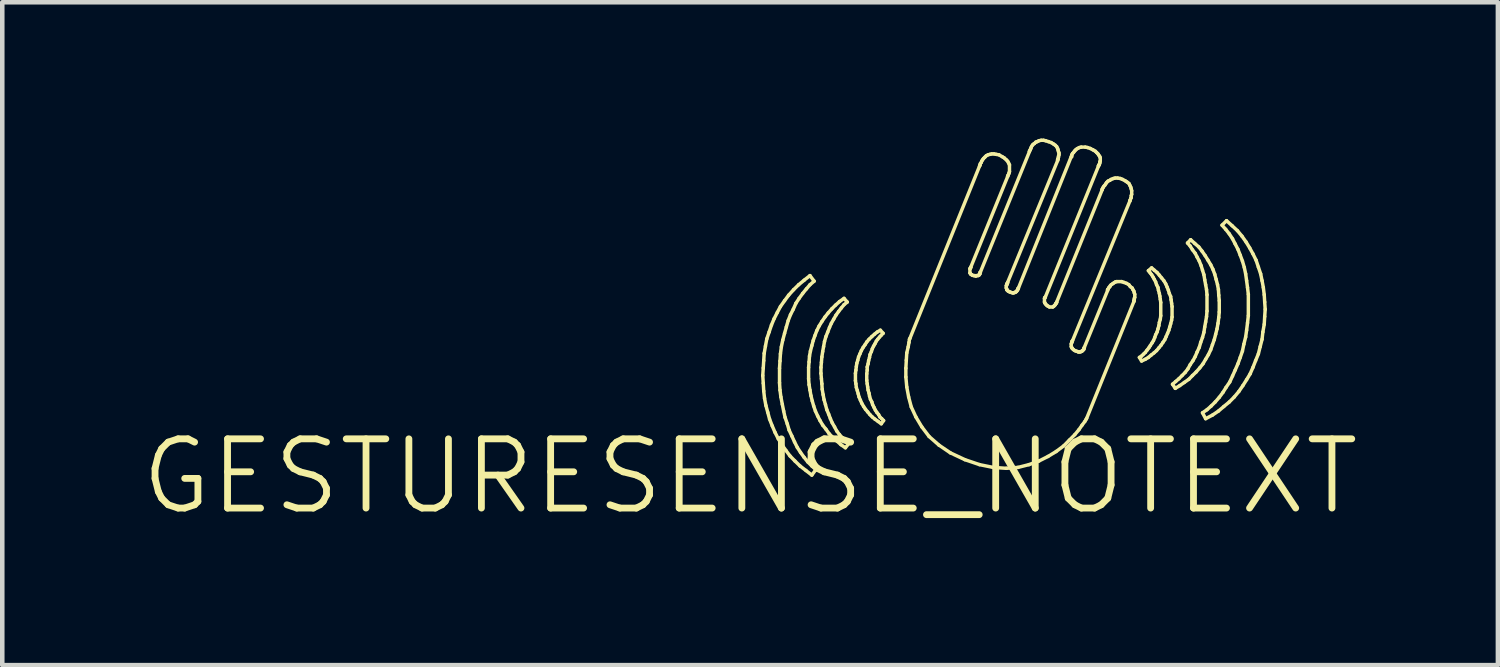
<source format=kicad_pcb>
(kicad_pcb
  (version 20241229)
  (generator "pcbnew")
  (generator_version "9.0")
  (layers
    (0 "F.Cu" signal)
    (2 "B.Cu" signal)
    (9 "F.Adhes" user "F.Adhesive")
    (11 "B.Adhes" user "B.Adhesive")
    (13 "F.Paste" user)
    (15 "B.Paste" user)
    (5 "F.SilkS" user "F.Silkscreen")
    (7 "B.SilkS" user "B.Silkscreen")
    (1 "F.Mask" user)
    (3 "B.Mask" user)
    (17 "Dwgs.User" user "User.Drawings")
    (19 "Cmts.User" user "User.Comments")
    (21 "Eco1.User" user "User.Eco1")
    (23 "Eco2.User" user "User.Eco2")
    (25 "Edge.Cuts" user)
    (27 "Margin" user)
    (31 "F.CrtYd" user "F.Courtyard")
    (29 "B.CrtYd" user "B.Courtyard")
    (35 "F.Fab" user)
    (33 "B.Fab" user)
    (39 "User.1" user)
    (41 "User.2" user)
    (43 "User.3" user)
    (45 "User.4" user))
  (footprint "GESTURESENSE_NOTEXT"
    (layer "F.Cu")
    (at 13.462 7.437)
    (property "Reference" "GESTURESENSE_NOTEXT" (at 0 0 0) (layer "F.SilkS") (effects (font (size 1.524 1.524) (thickness 0.15))))
    (attr exclude_from_pos_files exclude_from_bom)
    (fp_line (start 0.279 -2.22) (end 0.29 -2.05) (stroke (width 0.076) (type solid)) (layer "F.SilkS"))
    (fp_line (start 0.29 -2.388) (end 0.279 -2.22) (stroke (width 0.076) (type solid)) (layer "F.SilkS"))
    (fp_line (start 0.29 -2.05) (end 0.3 -1.88) (stroke (width 0.076) (type solid)) (layer "F.SilkS"))
    (fp_line (start 0.3 -2.548) (end 0.29 -2.388) (stroke (width 0.076) (type solid)) (layer "F.SilkS"))
    (fp_line (start 0.3 -1.88) (end 0.318 -1.72) (stroke (width 0.076) (type solid)) (layer "F.SilkS"))
    (fp_line (start 0.31 -2.708) (end 0.3 -2.548) (stroke (width 0.076) (type solid)) (layer "F.SilkS"))
    (fp_line (start 0.318 -1.72) (end 0.348 -1.56) (stroke (width 0.076) (type solid)) (layer "F.SilkS"))
    (fp_line (start 0.338 -2.868) (end 0.31 -2.708) (stroke (width 0.076) (type solid)) (layer "F.SilkS"))
    (fp_line (start 0.348 -1.56) (end 0.389 -1.41) (stroke (width 0.076) (type solid)) (layer "F.SilkS"))
    (fp_line (start 0.368 -3.028) (end 0.338 -2.868) (stroke (width 0.076) (type solid)) (layer "F.SilkS"))
    (fp_line (start 0.389 -1.41) (end 0.429 -1.26) (stroke (width 0.076) (type solid)) (layer "F.SilkS"))
    (fp_line (start 0.419 -3.178) (end 0.368 -3.028) (stroke (width 0.076) (type solid)) (layer "F.SilkS"))
    (fp_line (start 0.429 -1.26) (end 0.488 -1.11) (stroke (width 0.076) (type solid)) (layer "F.SilkS"))
    (fp_line (start 0.47 -3.33) (end 0.419 -3.178) (stroke (width 0.076) (type solid)) (layer "F.SilkS"))
    (fp_line (start 0.488 -1.11) (end 0.549 -0.968) (stroke (width 0.076) (type solid)) (layer "F.SilkS"))
    (fp_line (start 0.528 -3.47) (end 0.47 -3.33) (stroke (width 0.076) (type solid)) (layer "F.SilkS"))
    (fp_line (start 0.549 -0.968) (end 0.62 -0.828) (stroke (width 0.076) (type solid)) (layer "F.SilkS"))
    (fp_line (start 0.599 -3.609) (end 0.528 -3.47) (stroke (width 0.076) (type solid)) (layer "F.SilkS"))
    (fp_line (start 0.62 -0.828) (end 0.699 -0.699) (stroke (width 0.076) (type solid)) (layer "F.SilkS"))
    (fp_line (start 0.648 -2.38) (end 0.658 -2.54) (stroke (width 0.076) (type solid)) (layer "F.SilkS"))
    (fp_line (start 0.648 -2.06) (end 0.648 -2.38) (stroke (width 0.076) (type solid)) (layer "F.SilkS"))
    (fp_line (start 0.658 -2.54) (end 0.668 -2.697) (stroke (width 0.076) (type solid)) (layer "F.SilkS"))
    (fp_line (start 0.658 -1.9) (end 0.648 -2.06) (stroke (width 0.076) (type solid)) (layer "F.SilkS"))
    (fp_line (start 0.668 -3.739) (end 0.599 -3.609) (stroke (width 0.076) (type solid)) (layer "F.SilkS"))
    (fp_line (start 0.668 -2.697) (end 0.688 -2.85) (stroke (width 0.076) (type solid)) (layer "F.SilkS"))
    (fp_line (start 0.678 -1.748) (end 0.658 -1.9) (stroke (width 0.076) (type solid)) (layer "F.SilkS"))
    (fp_line (start 0.688 -2.85) (end 0.719 -3) (stroke (width 0.076) (type solid)) (layer "F.SilkS"))
    (fp_line (start 0.699 -0.699) (end 0.79 -0.569) (stroke (width 0.076) (type solid)) (layer "F.SilkS"))
    (fp_line (start 0.709 -1.587) (end 0.678 -1.748) (stroke (width 0.076) (type solid)) (layer "F.SilkS"))
    (fp_line (start 0.719 -3) (end 0.759 -3.15) (stroke (width 0.076) (type solid)) (layer "F.SilkS"))
    (fp_line (start 0.739 -1.438) (end 0.709 -1.587) (stroke (width 0.076) (type solid)) (layer "F.SilkS"))
    (fp_line (start 0.759 -3.868) (end 0.668 -3.739) (stroke (width 0.076) (type solid)) (layer "F.SilkS"))
    (fp_line (start 0.759 -3.15) (end 0.798 -3.289) (stroke (width 0.076) (type solid)) (layer "F.SilkS"))
    (fp_line (start 0.77 -1.298) (end 0.739 -1.438) (stroke (width 0.076) (type solid)) (layer "F.SilkS"))
    (fp_line (start 0.79 -0.569) (end 0.879 -0.45) (stroke (width 0.076) (type solid)) (layer "F.SilkS"))
    (fp_line (start 0.798 -3.289) (end 0.838 -3.429) (stroke (width 0.076) (type solid)) (layer "F.SilkS"))
    (fp_line (start 0.818 -1.158) (end 0.77 -1.298) (stroke (width 0.076) (type solid)) (layer "F.SilkS"))
    (fp_line (start 0.838 -3.429) (end 0.889 -3.559) (stroke (width 0.076) (type solid)) (layer "F.SilkS"))
    (fp_line (start 0.848 -3.988) (end 0.759 -3.868) (stroke (width 0.076) (type solid)) (layer "F.SilkS"))
    (fp_line (start 0.859 -1.019) (end 0.818 -1.158) (stroke (width 0.076) (type solid)) (layer "F.SilkS"))
    (fp_line (start 0.879 -0.45) (end 0.988 -0.338) (stroke (width 0.076) (type solid)) (layer "F.SilkS"))
    (fp_line (start 0.889 -3.559) (end 0.95 -3.678) (stroke (width 0.076) (type solid)) (layer "F.SilkS"))
    (fp_line (start 0.919 -0.889) (end 0.859 -1.019) (stroke (width 0.076) (type solid)) (layer "F.SilkS"))
    (fp_line (start 0.95 -3.678) (end 1.008 -3.81) (stroke (width 0.076) (type solid)) (layer "F.SilkS"))
    (fp_line (start 0.958 -4.11) (end 0.848 -3.988) (stroke (width 0.076) (type solid)) (layer "F.SilkS"))
    (fp_line (start 0.978 -0.759) (end 0.919 -0.889) (stroke (width 0.076) (type solid)) (layer "F.SilkS"))
    (fp_line (start 0.988 -0.338) (end 1.1 -0.229) (stroke (width 0.076) (type solid)) (layer "F.SilkS"))
    (fp_line (start 1.008 -3.81) (end 1.079 -3.919) (stroke (width 0.076) (type solid)) (layer "F.SilkS"))
    (fp_line (start 1.039 -0.638) (end 0.978 -0.759) (stroke (width 0.076) (type solid)) (layer "F.SilkS"))
    (fp_line (start 1.069 -4.219) (end 0.958 -4.11) (stroke (width 0.076) (type solid)) (layer "F.SilkS"))
    (fp_line (start 1.079 -3.919) (end 1.158 -4.028) (stroke (width 0.076) (type solid)) (layer "F.SilkS"))
    (fp_line (start 1.1 -0.229) (end 1.229 -0.13) (stroke (width 0.076) (type solid)) (layer "F.SilkS"))
    (fp_line (start 1.11 -0.528) (end 1.039 -0.638) (stroke (width 0.076) (type solid)) (layer "F.SilkS"))
    (fp_line (start 1.158 -4.028) (end 1.24 -4.128) (stroke (width 0.076) (type solid)) (layer "F.SilkS"))
    (fp_line (start 1.189 -4.318) (end 1.069 -4.219) (stroke (width 0.076) (type solid)) (layer "F.SilkS"))
    (fp_line (start 1.189 -0.419) (end 1.11 -0.528) (stroke (width 0.076) (type solid)) (layer "F.SilkS"))
    (fp_line (start 1.229 -0.13) (end 1.359 -0.028) (stroke (width 0.076) (type solid)) (layer "F.SilkS"))
    (fp_line (start 1.24 -4.128) (end 1.318 -4.219) (stroke (width 0.076) (type solid)) (layer "F.SilkS"))
    (fp_line (start 1.27 -0.318) (end 1.189 -0.419) (stroke (width 0.076) (type solid)) (layer "F.SilkS"))
    (fp_line (start 1.288 -2.398) (end 1.288 -2.149) (stroke (width 0.076) (type solid)) (layer "F.SilkS"))
    (fp_line (start 1.288 -2.149) (end 1.298 -2.019) (stroke (width 0.076) (type solid)) (layer "F.SilkS"))
    (fp_line (start 1.298 -2.52) (end 1.288 -2.398) (stroke (width 0.076) (type solid)) (layer "F.SilkS"))
    (fp_line (start 1.298 -2.019) (end 1.318 -1.9) (stroke (width 0.076) (type solid)) (layer "F.SilkS"))
    (fp_line (start 1.308 -2.649) (end 1.298 -2.52) (stroke (width 0.076) (type solid)) (layer "F.SilkS"))
    (fp_line (start 1.318 -4.42) (end 1.189 -4.318) (stroke (width 0.076) (type solid)) (layer "F.SilkS"))
    (fp_line (start 1.318 -4.219) (end 1.41 -4.298) (stroke (width 0.076) (type solid)) (layer "F.SilkS"))
    (fp_line (start 1.318 -1.9) (end 1.339 -1.778) (stroke (width 0.076) (type solid)) (layer "F.SilkS"))
    (fp_line (start 1.328 -2.758) (end 1.308 -2.649) (stroke (width 0.076) (type solid)) (layer "F.SilkS"))
    (fp_line (start 1.339 -1.778) (end 1.369 -1.659) (stroke (width 0.076) (type solid)) (layer "F.SilkS"))
    (fp_line (start 1.359 -2.878) (end 1.328 -2.758) (stroke (width 0.076) (type solid)) (layer "F.SilkS"))
    (fp_line (start 1.359 -0.229) (end 1.27 -0.318) (stroke (width 0.076) (type solid)) (layer "F.SilkS"))
    (fp_line (start 1.359 -0.028) (end 1.448 -0.15) (stroke (width 0.076) (type solid)) (layer "F.SilkS"))
    (fp_line (start 1.369 -1.659) (end 1.4 -1.549) (stroke (width 0.076) (type solid)) (layer "F.SilkS"))
    (fp_line (start 1.389 -2.99) (end 1.359 -2.878) (stroke (width 0.076) (type solid)) (layer "F.SilkS"))
    (fp_line (start 1.4 -1.549) (end 1.438 -1.438) (stroke (width 0.076) (type solid)) (layer "F.SilkS"))
    (fp_line (start 1.41 -4.298) (end 1.318 -4.42) (stroke (width 0.076) (type solid)) (layer "F.SilkS"))
    (fp_line (start 1.427 -3.099) (end 1.389 -2.99) (stroke (width 0.076) (type solid)) (layer "F.SilkS"))
    (fp_line (start 1.438 -1.438) (end 1.488 -1.328) (stroke (width 0.076) (type solid)) (layer "F.SilkS"))
    (fp_line (start 1.448 -0.15) (end 1.359 -0.229) (stroke (width 0.076) (type solid)) (layer "F.SilkS"))
    (fp_line (start 1.468 -3.208) (end 1.427 -3.099) (stroke (width 0.076) (type solid)) (layer "F.SilkS"))
    (fp_line (start 1.488 -1.328) (end 1.539 -1.229) (stroke (width 0.076) (type solid)) (layer "F.SilkS"))
    (fp_line (start 1.519 -3.31) (end 1.468 -3.208) (stroke (width 0.076) (type solid)) (layer "F.SilkS"))
    (fp_line (start 1.539 -1.229) (end 1.598 -1.128) (stroke (width 0.076) (type solid)) (layer "F.SilkS"))
    (fp_line (start 1.56 -2.398) (end 1.57 -2.51) (stroke (width 0.076) (type solid)) (layer "F.SilkS"))
    (fp_line (start 1.56 -2.268) (end 1.56 -2.398) (stroke (width 0.076) (type solid)) (layer "F.SilkS"))
    (fp_line (start 1.57 -2.51) (end 1.58 -2.629) (stroke (width 0.076) (type solid)) (layer "F.SilkS"))
    (fp_line (start 1.57 -2.149) (end 1.56 -2.268) (stroke (width 0.076) (type solid)) (layer "F.SilkS"))
    (fp_line (start 1.58 -3.409) (end 1.519 -3.31) (stroke (width 0.076) (type solid)) (layer "F.SilkS"))
    (fp_line (start 1.58 -2.629) (end 1.598 -2.748) (stroke (width 0.076) (type solid)) (layer "F.SilkS"))
    (fp_line (start 1.58 -2.04) (end 1.57 -2.149) (stroke (width 0.076) (type solid)) (layer "F.SilkS"))
    (fp_line (start 1.587 -1.918) (end 1.58 -2.04) (stroke (width 0.076) (type solid)) (layer "F.SilkS"))
    (fp_line (start 1.598 -2.748) (end 1.618 -2.857) (stroke (width 0.076) (type solid)) (layer "F.SilkS"))
    (fp_line (start 1.598 -1.128) (end 1.669 -1.039) (stroke (width 0.076) (type solid)) (layer "F.SilkS"))
    (fp_line (start 1.608 -1.798) (end 1.587 -1.918) (stroke (width 0.076) (type solid)) (layer "F.SilkS"))
    (fp_line (start 1.618 -2.857) (end 1.638 -2.969) (stroke (width 0.076) (type solid)) (layer "F.SilkS"))
    (fp_line (start 1.628 -1.689) (end 1.608 -1.798) (stroke (width 0.076) (type solid)) (layer "F.SilkS"))
    (fp_line (start 1.638 -2.969) (end 1.669 -3.078) (stroke (width 0.076) (type solid)) (layer "F.SilkS"))
    (fp_line (start 1.648 -3.508) (end 1.58 -3.409) (stroke (width 0.076) (type solid)) (layer "F.SilkS"))
    (fp_line (start 1.659 -1.58) (end 1.628 -1.689) (stroke (width 0.076) (type solid)) (layer "F.SilkS"))
    (fp_line (start 1.669 -3.078) (end 1.709 -3.178) (stroke (width 0.076) (type solid)) (layer "F.SilkS"))
    (fp_line (start 1.669 -1.039) (end 1.74 -0.94) (stroke (width 0.076) (type solid)) (layer "F.SilkS"))
    (fp_line (start 1.689 -1.468) (end 1.659 -1.58) (stroke (width 0.076) (type solid)) (layer "F.SilkS"))
    (fp_line (start 1.709 -3.178) (end 1.748 -3.279) (stroke (width 0.076) (type solid)) (layer "F.SilkS"))
    (fp_line (start 1.72 -3.599) (end 1.648 -3.508) (stroke (width 0.076) (type solid)) (layer "F.SilkS"))
    (fp_line (start 1.73 -1.369) (end 1.689 -1.468) (stroke (width 0.076) (type solid)) (layer "F.SilkS"))
    (fp_line (start 1.74 -0.94) (end 1.819 -0.859) (stroke (width 0.076) (type solid)) (layer "F.SilkS"))
    (fp_line (start 1.748 -3.279) (end 1.788 -3.368) (stroke (width 0.076) (type solid)) (layer "F.SilkS"))
    (fp_line (start 1.768 -1.27) (end 1.73 -1.369) (stroke (width 0.076) (type solid)) (layer "F.SilkS"))
    (fp_line (start 1.788 -3.368) (end 1.839 -3.459) (stroke (width 0.076) (type solid)) (layer "F.SilkS"))
    (fp_line (start 1.798 -3.688) (end 1.72 -3.599) (stroke (width 0.076) (type solid)) (layer "F.SilkS"))
    (fp_line (start 1.808 -1.179) (end 1.768 -1.27) (stroke (width 0.076) (type solid)) (layer "F.SilkS"))
    (fp_line (start 1.819 -0.859) (end 1.908 -0.78) (stroke (width 0.076) (type solid)) (layer "F.SilkS"))
    (fp_line (start 1.839 -3.459) (end 1.89 -3.548) (stroke (width 0.076) (type solid)) (layer "F.SilkS"))
    (fp_line (start 1.859 -1.09) (end 1.808 -1.179) (stroke (width 0.076) (type solid)) (layer "F.SilkS"))
    (fp_line (start 1.88 -3.769) (end 1.798 -3.688) (stroke (width 0.076) (type solid)) (layer "F.SilkS"))
    (fp_line (start 1.89 -3.548) (end 1.948 -3.63) (stroke (width 0.076) (type solid)) (layer "F.SilkS"))
    (fp_line (start 1.908 -0.998) (end 1.859 -1.09) (stroke (width 0.076) (type solid)) (layer "F.SilkS"))
    (fp_line (start 1.908 -0.78) (end 1.999 -0.699) (stroke (width 0.076) (type solid)) (layer "F.SilkS"))
    (fp_line (start 1.948 -3.63) (end 2.009 -3.708) (stroke (width 0.076) (type solid)) (layer "F.SilkS"))
    (fp_line (start 1.968 -3.848) (end 1.88 -3.769) (stroke (width 0.076) (type solid)) (layer "F.SilkS"))
    (fp_line (start 1.968 -0.919) (end 1.908 -0.998) (stroke (width 0.076) (type solid)) (layer "F.SilkS"))
    (fp_line (start 1.999 -0.699) (end 2.098 -0.63) (stroke (width 0.076) (type solid)) (layer "F.SilkS"))
    (fp_line (start 2.009 -3.708) (end 2.068 -3.78) (stroke (width 0.076) (type solid)) (layer "F.SilkS"))
    (fp_line (start 2.029 -0.848) (end 1.968 -0.919) (stroke (width 0.076) (type solid)) (layer "F.SilkS"))
    (fp_line (start 2.068 -3.919) (end 1.968 -3.848) (stroke (width 0.076) (type solid)) (layer "F.SilkS"))
    (fp_line (start 2.068 -3.78) (end 2.139 -3.838) (stroke (width 0.076) (type solid)) (layer "F.SilkS"))
    (fp_line (start 2.098 -0.78) (end 2.029 -0.848) (stroke (width 0.076) (type solid)) (layer "F.SilkS"))
    (fp_line (start 2.098 -0.63) (end 2.169 -0.719) (stroke (width 0.076) (type solid)) (layer "F.SilkS"))
    (fp_line (start 2.139 -3.838) (end 2.068 -3.919) (stroke (width 0.076) (type solid)) (layer "F.SilkS"))
    (fp_line (start 2.169 -0.719) (end 2.098 -0.78) (stroke (width 0.076) (type solid)) (layer "F.SilkS"))
    (fp_line (start 2.319 -2.268) (end 2.319 -2.108) (stroke (width 0.076) (type solid)) (layer "F.SilkS"))
    (fp_line (start 2.319 -2.108) (end 2.329 -2.04) (stroke (width 0.076) (type solid)) (layer "F.SilkS"))
    (fp_line (start 2.329 -2.339) (end 2.319 -2.268) (stroke (width 0.076) (type solid)) (layer "F.SilkS"))
    (fp_line (start 2.329 -2.04) (end 2.339 -1.958) (stroke (width 0.076) (type solid)) (layer "F.SilkS"))
    (fp_line (start 2.339 -2.418) (end 2.329 -2.339) (stroke (width 0.076) (type solid)) (layer "F.SilkS"))
    (fp_line (start 2.339 -1.958) (end 2.36 -1.89) (stroke (width 0.076) (type solid)) (layer "F.SilkS"))
    (fp_line (start 2.349 -2.489) (end 2.339 -2.418) (stroke (width 0.076) (type solid)) (layer "F.SilkS"))
    (fp_line (start 2.36 -1.89) (end 2.38 -1.819) (stroke (width 0.076) (type solid)) (layer "F.SilkS"))
    (fp_line (start 2.37 -2.558) (end 2.349 -2.489) (stroke (width 0.076) (type solid)) (layer "F.SilkS"))
    (fp_line (start 2.38 -1.819) (end 2.398 -1.748) (stroke (width 0.076) (type solid)) (layer "F.SilkS"))
    (fp_line (start 2.388 -2.629) (end 2.37 -2.558) (stroke (width 0.076) (type solid)) (layer "F.SilkS"))
    (fp_line (start 2.398 -1.748) (end 2.428 -1.679) (stroke (width 0.076) (type solid)) (layer "F.SilkS"))
    (fp_line (start 2.418 -2.697) (end 2.388 -2.629) (stroke (width 0.076) (type solid)) (layer "F.SilkS"))
    (fp_line (start 2.428 -1.679) (end 2.459 -1.608) (stroke (width 0.076) (type solid)) (layer "F.SilkS"))
    (fp_line (start 2.449 -2.769) (end 2.418 -2.697) (stroke (width 0.076) (type solid)) (layer "F.SilkS"))
    (fp_line (start 2.459 -1.608) (end 2.499 -1.539) (stroke (width 0.076) (type solid)) (layer "F.SilkS"))
    (fp_line (start 2.489 -2.84) (end 2.449 -2.769) (stroke (width 0.076) (type solid)) (layer "F.SilkS"))
    (fp_line (start 2.499 -1.539) (end 2.54 -1.478) (stroke (width 0.076) (type solid)) (layer "F.SilkS"))
    (fp_line (start 2.53 -2.898) (end 2.489 -2.84) (stroke (width 0.076) (type solid)) (layer "F.SilkS"))
    (fp_line (start 2.54 -1.478) (end 2.588 -1.42) (stroke (width 0.076) (type solid)) (layer "F.SilkS"))
    (fp_line (start 2.568 -2.959) (end 2.53 -2.898) (stroke (width 0.076) (type solid)) (layer "F.SilkS"))
    (fp_line (start 2.568 -2.258) (end 2.578 -2.339) (stroke (width 0.076) (type solid)) (layer "F.SilkS"))
    (fp_line (start 2.568 -2.118) (end 2.568 -2.258) (stroke (width 0.076) (type solid)) (layer "F.SilkS"))
    (fp_line (start 2.578 -2.408) (end 2.598 -2.479) (stroke (width 0.076) (type solid)) (layer "F.SilkS"))
    (fp_line (start 2.578 -2.339) (end 2.578 -2.408) (stroke (width 0.076) (type solid)) (layer "F.SilkS"))
    (fp_line (start 2.578 -2.04) (end 2.568 -2.118) (stroke (width 0.076) (type solid)) (layer "F.SilkS"))
    (fp_line (start 2.588 -1.968) (end 2.578 -2.04) (stroke (width 0.076) (type solid)) (layer "F.SilkS"))
    (fp_line (start 2.588 -1.42) (end 2.639 -1.359) (stroke (width 0.076) (type solid)) (layer "F.SilkS"))
    (fp_line (start 2.598 -2.479) (end 2.609 -2.548) (stroke (width 0.076) (type solid)) (layer "F.SilkS"))
    (fp_line (start 2.598 -1.9) (end 2.588 -1.968) (stroke (width 0.076) (type solid)) (layer "F.SilkS"))
    (fp_line (start 2.609 -2.548) (end 2.629 -2.619) (stroke (width 0.076) (type solid)) (layer "F.SilkS"))
    (fp_line (start 2.619 -3.018) (end 2.568 -2.959) (stroke (width 0.076) (type solid)) (layer "F.SilkS"))
    (fp_line (start 2.619 -1.829) (end 2.598 -1.9) (stroke (width 0.076) (type solid)) (layer "F.SilkS"))
    (fp_line (start 2.629 -2.619) (end 2.639 -2.68) (stroke (width 0.076) (type solid)) (layer "F.SilkS"))
    (fp_line (start 2.629 -1.768) (end 2.619 -1.829) (stroke (width 0.076) (type solid)) (layer "F.SilkS"))
    (fp_line (start 2.639 -2.68) (end 2.67 -2.748) (stroke (width 0.076) (type solid)) (layer "F.SilkS"))
    (fp_line (start 2.639 -1.359) (end 2.69 -1.308) (stroke (width 0.076) (type solid)) (layer "F.SilkS"))
    (fp_line (start 2.649 -1.699) (end 2.629 -1.768) (stroke (width 0.076) (type solid)) (layer "F.SilkS"))
    (fp_line (start 2.67 -2.748) (end 2.69 -2.809) (stroke (width 0.076) (type solid)) (layer "F.SilkS"))
    (fp_line (start 2.68 -3.078) (end 2.619 -3.018) (stroke (width 0.076) (type solid)) (layer "F.SilkS"))
    (fp_line (start 2.68 -1.638) (end 2.649 -1.699) (stroke (width 0.076) (type solid)) (layer "F.SilkS"))
    (fp_line (start 2.69 -2.809) (end 2.718 -2.868) (stroke (width 0.076) (type solid)) (layer "F.SilkS"))
    (fp_line (start 2.69 -1.308) (end 2.748 -1.26) (stroke (width 0.076) (type solid)) (layer "F.SilkS"))
    (fp_line (start 2.697 -1.58) (end 2.68 -1.638) (stroke (width 0.076) (type solid)) (layer "F.SilkS"))
    (fp_line (start 2.718 -2.868) (end 2.748 -2.918) (stroke (width 0.076) (type solid)) (layer "F.SilkS"))
    (fp_line (start 2.728 -1.519) (end 2.697 -1.58) (stroke (width 0.076) (type solid)) (layer "F.SilkS"))
    (fp_line (start 2.738 -3.129) (end 2.68 -3.078) (stroke (width 0.076) (type solid)) (layer "F.SilkS"))
    (fp_line (start 2.748 -2.918) (end 2.779 -2.979) (stroke (width 0.076) (type solid)) (layer "F.SilkS"))
    (fp_line (start 2.748 -1.26) (end 2.819 -1.209) (stroke (width 0.076) (type solid)) (layer "F.SilkS"))
    (fp_line (start 2.758 -1.458) (end 2.728 -1.519) (stroke (width 0.076) (type solid)) (layer "F.SilkS"))
    (fp_line (start 2.779 -2.979) (end 2.809 -3.018) (stroke (width 0.076) (type solid)) (layer "F.SilkS"))
    (fp_line (start 2.789 -1.41) (end 2.758 -1.458) (stroke (width 0.076) (type solid)) (layer "F.SilkS"))
    (fp_line (start 2.799 -3.178) (end 2.738 -3.129) (stroke (width 0.076) (type solid)) (layer "F.SilkS"))
    (fp_line (start 2.809 -3.018) (end 2.85 -3.068) (stroke (width 0.076) (type solid)) (layer "F.SilkS"))
    (fp_line (start 2.819 -1.209) (end 2.888 -1.158) (stroke (width 0.076) (type solid)) (layer "F.SilkS"))
    (fp_line (start 2.83 -1.359) (end 2.789 -1.41) (stroke (width 0.076) (type solid)) (layer "F.SilkS"))
    (fp_line (start 2.85 -3.068) (end 2.888 -3.109) (stroke (width 0.076) (type solid)) (layer "F.SilkS"))
    (fp_line (start 2.857 -1.308) (end 2.83 -1.359) (stroke (width 0.076) (type solid)) (layer "F.SilkS"))
    (fp_line (start 2.868 -3.218) (end 2.799 -3.178) (stroke (width 0.076) (type solid)) (layer "F.SilkS"))
    (fp_line (start 2.888 -3.109) (end 2.929 -3.15) (stroke (width 0.076) (type solid)) (layer "F.SilkS"))
    (fp_line (start 2.888 -1.158) (end 2.939 -1.229) (stroke (width 0.076) (type solid)) (layer "F.SilkS"))
    (fp_line (start 2.898 -1.27) (end 2.857 -1.308) (stroke (width 0.076) (type solid)) (layer "F.SilkS"))
    (fp_line (start 2.929 -3.15) (end 2.868 -3.218) (stroke (width 0.076) (type solid)) (layer "F.SilkS"))
    (fp_line (start 2.939 -1.229) (end 2.898 -1.27) (stroke (width 0.076) (type solid)) (layer "F.SilkS"))
    (fp_line (start 3.429 -2.38) (end 3.439 -2.558) (stroke (width 0.076) (type solid)) (layer "F.SilkS"))
    (fp_line (start 3.429 -2.189) (end 3.429 -2.38) (stroke (width 0.076) (type solid)) (layer "F.SilkS"))
    (fp_line (start 3.439 -2.558) (end 3.449 -2.718) (stroke (width 0.076) (type solid)) (layer "F.SilkS"))
    (fp_line (start 3.449 -2.718) (end 3.48 -2.85) (stroke (width 0.076) (type solid)) (layer "F.SilkS"))
    (fp_line (start 3.449 -1.968) (end 3.429 -2.189) (stroke (width 0.076) (type solid)) (layer "F.SilkS"))
    (fp_line (start 3.48 -2.85) (end 3.498 -2.949) (stroke (width 0.076) (type solid)) (layer "F.SilkS"))
    (fp_line (start 3.49 -1.748) (end 3.449 -1.968) (stroke (width 0.076) (type solid)) (layer "F.SilkS"))
    (fp_line (start 3.498 -2.949) (end 3.508 -3.018) (stroke (width 0.076) (type solid)) (layer "F.SilkS"))
    (fp_line (start 3.508 -3.018) (end 3.518 -3.038) (stroke (width 0.076) (type solid)) (layer "F.SilkS"))
    (fp_line (start 3.518 -3.038) (end 5.05 -6.828) (stroke (width 0.076) (type solid)) (layer "F.SilkS"))
    (fp_line (start 3.548 -1.529) (end 3.49 -1.748) (stroke (width 0.076) (type solid)) (layer "F.SilkS"))
    (fp_line (start 3.65 -1.308) (end 3.548 -1.529) (stroke (width 0.076) (type solid)) (layer "F.SilkS"))
    (fp_line (start 3.78 -1.09) (end 3.65 -1.308) (stroke (width 0.076) (type solid)) (layer "F.SilkS"))
    (fp_line (start 3.94 -0.879) (end 3.78 -1.09) (stroke (width 0.076) (type solid)) (layer "F.SilkS"))
    (fp_line (start 4.158 -0.688) (end 3.94 -0.879) (stroke (width 0.076) (type solid)) (layer "F.SilkS"))
    (fp_line (start 4.409 -0.518) (end 4.158 -0.688) (stroke (width 0.076) (type solid)) (layer "F.SilkS"))
    (fp_line (start 4.729 -0.368) (end 4.409 -0.518) (stroke (width 0.076) (type solid)) (layer "F.SilkS"))
    (fp_line (start 4.839 -4.569) (end 4.839 -4.478) (stroke (width 0.076) (type solid)) (layer "F.SilkS"))
    (fp_line (start 4.839 -4.478) (end 4.849 -4.468) (stroke (width 0.076) (type solid)) (layer "F.SilkS"))
    (fp_line (start 4.849 -4.59) (end 4.849 -4.58) (stroke (width 0.076) (type solid)) (layer "F.SilkS"))
    (fp_line (start 4.849 -4.58) (end 4.839 -4.569) (stroke (width 0.076) (type solid)) (layer "F.SilkS"))
    (fp_line (start 4.849 -4.468) (end 4.859 -4.448) (stroke (width 0.076) (type solid)) (layer "F.SilkS"))
    (fp_line (start 4.859 -4.608) (end 4.859 -4.6) (stroke (width 0.076) (type solid)) (layer "F.SilkS"))
    (fp_line (start 4.859 -4.6) (end 4.849 -4.59) (stroke (width 0.076) (type solid)) (layer "F.SilkS"))
    (fp_line (start 4.859 -4.448) (end 4.879 -4.44) (stroke (width 0.076) (type solid)) (layer "F.SilkS"))
    (fp_line (start 4.879 -4.44) (end 4.889 -4.43) (stroke (width 0.076) (type solid)) (layer "F.SilkS"))
    (fp_line (start 4.889 -4.43) (end 4.92 -4.42) (stroke (width 0.076) (type solid)) (layer "F.SilkS"))
    (fp_line (start 4.92 -4.42) (end 4.948 -4.42) (stroke (width 0.076) (type solid)) (layer "F.SilkS"))
    (fp_line (start 4.948 -4.42) (end 4.968 -4.409) (stroke (width 0.076) (type solid)) (layer "F.SilkS"))
    (fp_line (start 4.968 -4.409) (end 4.989 -4.42) (stroke (width 0.076) (type solid)) (layer "F.SilkS"))
    (fp_line (start 4.989 -4.42) (end 5.019 -4.42) (stroke (width 0.076) (type solid)) (layer "F.SilkS"))
    (fp_line (start 5.019 -4.42) (end 5.039 -4.43) (stroke (width 0.076) (type solid)) (layer "F.SilkS"))
    (fp_line (start 5.039 -4.44) (end 5.05 -4.448) (stroke (width 0.076) (type solid)) (layer "F.SilkS"))
    (fp_line (start 5.039 -4.43) (end 5.039 -4.44) (stroke (width 0.076) (type solid)) (layer "F.SilkS"))
    (fp_line (start 5.05 -6.828) (end 5.06 -6.848) (stroke (width 0.076) (type solid)) (layer "F.SilkS"))
    (fp_line (start 5.05 -4.448) (end 5.06 -4.458) (stroke (width 0.076) (type solid)) (layer "F.SilkS"))
    (fp_line (start 5.05 -0.259) (end 4.729 -0.368) (stroke (width 0.076) (type solid)) (layer "F.SilkS"))
    (fp_line (start 5.06 -6.858) (end 5.07 -6.888) (stroke (width 0.076) (type solid)) (layer "F.SilkS"))
    (fp_line (start 5.06 -6.848) (end 5.06 -6.858) (stroke (width 0.076) (type solid)) (layer "F.SilkS"))
    (fp_line (start 5.06 -4.488) (end 5.07 -4.498) (stroke (width 0.076) (type solid)) (layer "F.SilkS"))
    (fp_line (start 5.06 -4.458) (end 5.06 -4.488) (stroke (width 0.076) (type solid)) (layer "F.SilkS"))
    (fp_line (start 5.07 -6.888) (end 5.088 -6.909) (stroke (width 0.076) (type solid)) (layer "F.SilkS"))
    (fp_line (start 5.07 -4.498) (end 6.149 -7.148) (stroke (width 0.076) (type solid)) (layer "F.SilkS"))
    (fp_line (start 5.088 -6.909) (end 5.098 -6.939) (stroke (width 0.076) (type solid)) (layer "F.SilkS"))
    (fp_line (start 5.098 -6.939) (end 5.118 -6.97) (stroke (width 0.076) (type solid)) (layer "F.SilkS"))
    (fp_line (start 5.118 -6.97) (end 5.138 -6.998) (stroke (width 0.076) (type solid)) (layer "F.SilkS"))
    (fp_line (start 5.138 -6.998) (end 5.169 -7.028) (stroke (width 0.076) (type solid)) (layer "F.SilkS"))
    (fp_line (start 5.169 -7.028) (end 5.199 -7.059) (stroke (width 0.076) (type solid)) (layer "F.SilkS"))
    (fp_line (start 5.199 -7.059) (end 5.237 -7.079) (stroke (width 0.076) (type solid)) (layer "F.SilkS"))
    (fp_line (start 5.237 -7.079) (end 5.278 -7.089) (stroke (width 0.076) (type solid)) (layer "F.SilkS"))
    (fp_line (start 5.278 -7.089) (end 5.319 -7.099) (stroke (width 0.076) (type solid)) (layer "F.SilkS"))
    (fp_line (start 5.319 -7.099) (end 5.37 -7.099) (stroke (width 0.076) (type solid)) (layer "F.SilkS"))
    (fp_line (start 5.349 -0.198) (end 5.05 -0.259) (stroke (width 0.076) (type solid)) (layer "F.SilkS"))
    (fp_line (start 5.37 -7.099) (end 5.418 -7.089) (stroke (width 0.076) (type solid)) (layer "F.SilkS"))
    (fp_line (start 5.418 -7.089) (end 5.479 -7.079) (stroke (width 0.076) (type solid)) (layer "F.SilkS"))
    (fp_line (start 5.479 -7.079) (end 5.55 -7.038) (stroke (width 0.076) (type solid)) (layer "F.SilkS"))
    (fp_line (start 5.55 -7.038) (end 5.598 -7.008) (stroke (width 0.076) (type solid)) (layer "F.SilkS"))
    (fp_line (start 5.598 -7.008) (end 5.639 -6.97) (stroke (width 0.076) (type solid)) (layer "F.SilkS"))
    (fp_line (start 5.639 -6.97) (end 5.669 -6.939) (stroke (width 0.076) (type solid)) (layer "F.SilkS"))
    (fp_line (start 5.639 -4.199) (end 5.639 -4.148) (stroke (width 0.076) (type solid)) (layer "F.SilkS"))
    (fp_line (start 5.639 -4.148) (end 5.649 -4.128) (stroke (width 0.076) (type solid)) (layer "F.SilkS"))
    (fp_line (start 5.639 -0.178) (end 5.349 -0.198) (stroke (width 0.076) (type solid)) (layer "F.SilkS"))
    (fp_line (start 5.649 -4.229) (end 5.649 -4.209) (stroke (width 0.076) (type solid)) (layer "F.SilkS"))
    (fp_line (start 5.649 -4.209) (end 5.639 -4.199) (stroke (width 0.076) (type solid)) (layer "F.SilkS"))
    (fp_line (start 5.649 -4.128) (end 5.649 -4.11) (stroke (width 0.076) (type solid)) (layer "F.SilkS"))
    (fp_line (start 5.649 -4.11) (end 5.659 -4.1) (stroke (width 0.076) (type solid)) (layer "F.SilkS"))
    (fp_line (start 5.659 -4.249) (end 5.659 -4.239) (stroke (width 0.076) (type solid)) (layer "F.SilkS"))
    (fp_line (start 5.659 -4.239) (end 5.649 -4.229) (stroke (width 0.076) (type solid)) (layer "F.SilkS"))
    (fp_line (start 5.659 -4.1) (end 5.679 -4.079) (stroke (width 0.076) (type solid)) (layer "F.SilkS"))
    (fp_line (start 5.669 -6.939) (end 5.69 -6.899) (stroke (width 0.076) (type solid)) (layer "F.SilkS"))
    (fp_line (start 5.669 -6.609) (end 5.669 -6.599) (stroke (width 0.076) (type solid)) (layer "F.SilkS"))
    (fp_line (start 5.669 -6.599) (end 4.859 -4.608) (stroke (width 0.076) (type solid)) (layer "F.SilkS"))
    (fp_line (start 5.669 -4.27) (end 5.669 -4.26) (stroke (width 0.076) (type solid)) (layer "F.SilkS"))
    (fp_line (start 5.669 -4.26) (end 5.659 -4.249) (stroke (width 0.076) (type solid)) (layer "F.SilkS"))
    (fp_line (start 5.679 -6.629) (end 5.669 -6.609) (stroke (width 0.076) (type solid)) (layer "F.SilkS"))
    (fp_line (start 5.679 -4.079) (end 5.7 -4.069) (stroke (width 0.076) (type solid)) (layer "F.SilkS"))
    (fp_line (start 5.69 -6.899) (end 5.71 -6.858) (stroke (width 0.076) (type solid)) (layer "F.SilkS"))
    (fp_line (start 5.69 -6.65) (end 5.679 -6.629) (stroke (width 0.076) (type solid)) (layer "F.SilkS"))
    (fp_line (start 5.7 -6.678) (end 5.69 -6.65) (stroke (width 0.076) (type solid)) (layer "F.SilkS"))
    (fp_line (start 5.7 -4.069) (end 5.718 -4.059) (stroke (width 0.076) (type solid)) (layer "F.SilkS"))
    (fp_line (start 5.71 -6.858) (end 5.71 -6.708) (stroke (width 0.076) (type solid)) (layer "F.SilkS"))
    (fp_line (start 5.71 -6.708) (end 5.7 -6.678) (stroke (width 0.076) (type solid)) (layer "F.SilkS"))
    (fp_line (start 5.718 -4.059) (end 5.748 -4.049) (stroke (width 0.076) (type solid)) (layer "F.SilkS"))
    (fp_line (start 5.748 -4.049) (end 5.779 -4.039) (stroke (width 0.076) (type solid)) (layer "F.SilkS"))
    (fp_line (start 5.779 -4.039) (end 5.799 -4.039) (stroke (width 0.076) (type solid)) (layer "F.SilkS"))
    (fp_line (start 5.799 -4.039) (end 5.819 -4.049) (stroke (width 0.076) (type solid)) (layer "F.SilkS"))
    (fp_line (start 5.819 -4.049) (end 5.829 -4.049) (stroke (width 0.076) (type solid)) (layer "F.SilkS"))
    (fp_line (start 5.829 -4.049) (end 5.85 -4.059) (stroke (width 0.076) (type solid)) (layer "F.SilkS"))
    (fp_line (start 5.85 -4.059) (end 5.86 -4.069) (stroke (width 0.076) (type solid)) (layer "F.SilkS"))
    (fp_line (start 5.86 -4.069) (end 5.87 -4.079) (stroke (width 0.076) (type solid)) (layer "F.SilkS"))
    (fp_line (start 5.87 -4.079) (end 5.878 -4.089) (stroke (width 0.076) (type solid)) (layer "F.SilkS"))
    (fp_line (start 5.878 -4.089) (end 5.888 -4.11) (stroke (width 0.076) (type solid)) (layer "F.SilkS"))
    (fp_line (start 5.888 -4.11) (end 5.898 -4.12) (stroke (width 0.076) (type solid)) (layer "F.SilkS"))
    (fp_line (start 5.898 -4.138) (end 5.908 -4.148) (stroke (width 0.076) (type solid)) (layer "F.SilkS"))
    (fp_line (start 5.898 -4.12) (end 5.898 -4.138) (stroke (width 0.076) (type solid)) (layer "F.SilkS"))
    (fp_line (start 5.898 -0.198) (end 5.639 -0.178) (stroke (width 0.076) (type solid)) (layer "F.SilkS"))
    (fp_line (start 5.908 -4.148) (end 7.069 -7.038) (stroke (width 0.076) (type solid)) (layer "F.SilkS"))
    (fp_line (start 6.139 -0.259) (end 5.898 -0.198) (stroke (width 0.076) (type solid)) (layer "F.SilkS"))
    (fp_line (start 6.149 -7.158) (end 6.16 -7.178) (stroke (width 0.076) (type solid)) (layer "F.SilkS"))
    (fp_line (start 6.149 -7.148) (end 6.149 -7.158) (stroke (width 0.076) (type solid)) (layer "F.SilkS"))
    (fp_line (start 6.16 -7.178) (end 6.17 -7.198) (stroke (width 0.076) (type solid)) (layer "F.SilkS"))
    (fp_line (start 6.17 -7.198) (end 6.18 -7.219) (stroke (width 0.076) (type solid)) (layer "F.SilkS"))
    (fp_line (start 6.18 -7.219) (end 6.19 -7.249) (stroke (width 0.076) (type solid)) (layer "F.SilkS"))
    (fp_line (start 6.19 -7.249) (end 6.208 -7.28) (stroke (width 0.076) (type solid)) (layer "F.SilkS"))
    (fp_line (start 6.208 -7.28) (end 6.228 -7.308) (stroke (width 0.076) (type solid)) (layer "F.SilkS"))
    (fp_line (start 6.228 -7.308) (end 6.259 -7.328) (stroke (width 0.076) (type solid)) (layer "F.SilkS"))
    (fp_line (start 6.259 -7.328) (end 6.289 -7.358) (stroke (width 0.076) (type solid)) (layer "F.SilkS"))
    (fp_line (start 6.289 -7.358) (end 6.32 -7.369) (stroke (width 0.076) (type solid)) (layer "F.SilkS"))
    (fp_line (start 6.32 -7.369) (end 6.358 -7.389) (stroke (width 0.076) (type solid)) (layer "F.SilkS"))
    (fp_line (start 6.358 -7.389) (end 6.408 -7.399) (stroke (width 0.076) (type solid)) (layer "F.SilkS"))
    (fp_line (start 6.358 -0.338) (end 6.139 -0.259) (stroke (width 0.076) (type solid)) (layer "F.SilkS"))
    (fp_line (start 6.408 -7.399) (end 6.459 -7.399) (stroke (width 0.076) (type solid)) (layer "F.SilkS"))
    (fp_line (start 6.459 -7.399) (end 6.507 -7.389) (stroke (width 0.076) (type solid)) (layer "F.SilkS"))
    (fp_line (start 6.48 -3.919) (end 6.48 -3.838) (stroke (width 0.076) (type solid)) (layer "F.SilkS"))
    (fp_line (start 6.48 -3.838) (end 6.49 -3.818) (stroke (width 0.076) (type solid)) (layer "F.SilkS"))
    (fp_line (start 6.49 -3.94) (end 6.49 -3.929) (stroke (width 0.076) (type solid)) (layer "F.SilkS"))
    (fp_line (start 6.49 -3.929) (end 6.48 -3.919) (stroke (width 0.076) (type solid)) (layer "F.SilkS"))
    (fp_line (start 6.49 -3.818) (end 6.5 -3.8) (stroke (width 0.076) (type solid)) (layer "F.SilkS"))
    (fp_line (start 6.5 -3.95) (end 6.49 -3.94) (stroke (width 0.076) (type solid)) (layer "F.SilkS"))
    (fp_line (start 6.5 -3.8) (end 6.518 -3.78) (stroke (width 0.076) (type solid)) (layer "F.SilkS"))
    (fp_line (start 6.507 -7.389) (end 6.568 -7.369) (stroke (width 0.076) (type solid)) (layer "F.SilkS"))
    (fp_line (start 6.518 -3.78) (end 6.538 -3.759) (stroke (width 0.076) (type solid)) (layer "F.SilkS"))
    (fp_line (start 6.538 -3.759) (end 6.558 -3.749) (stroke (width 0.076) (type solid)) (layer "F.SilkS"))
    (fp_line (start 6.558 -3.749) (end 6.589 -3.729) (stroke (width 0.076) (type solid)) (layer "F.SilkS"))
    (fp_line (start 6.558 -0.439) (end 6.358 -0.338) (stroke (width 0.076) (type solid)) (layer "F.SilkS"))
    (fp_line (start 6.568 -7.369) (end 6.629 -7.348) (stroke (width 0.076) (type solid)) (layer "F.SilkS"))
    (fp_line (start 6.589 -3.729) (end 6.66 -3.729) (stroke (width 0.076) (type solid)) (layer "F.SilkS"))
    (fp_line (start 6.629 -7.348) (end 6.678 -7.318) (stroke (width 0.076) (type solid)) (layer "F.SilkS"))
    (fp_line (start 6.66 -3.729) (end 6.678 -3.739) (stroke (width 0.076) (type solid)) (layer "F.SilkS"))
    (fp_line (start 6.678 -7.318) (end 6.718 -7.29) (stroke (width 0.076) (type solid)) (layer "F.SilkS"))
    (fp_line (start 6.678 -3.739) (end 6.688 -3.749) (stroke (width 0.076) (type solid)) (layer "F.SilkS"))
    (fp_line (start 6.688 -3.749) (end 6.698 -3.759) (stroke (width 0.076) (type solid)) (layer "F.SilkS"))
    (fp_line (start 6.698 -3.759) (end 6.708 -3.769) (stroke (width 0.076) (type solid)) (layer "F.SilkS"))
    (fp_line (start 6.708 -3.769) (end 6.718 -3.78) (stroke (width 0.076) (type solid)) (layer "F.SilkS"))
    (fp_line (start 6.718 -7.29) (end 6.749 -7.259) (stroke (width 0.076) (type solid)) (layer "F.SilkS"))
    (fp_line (start 6.718 -3.78) (end 6.728 -3.8) (stroke (width 0.076) (type solid)) (layer "F.SilkS"))
    (fp_line (start 6.728 -3.8) (end 6.739 -3.81) (stroke (width 0.076) (type solid)) (layer "F.SilkS"))
    (fp_line (start 6.739 -3.818) (end 6.749 -3.828) (stroke (width 0.076) (type solid)) (layer "F.SilkS"))
    (fp_line (start 6.739 -3.81) (end 6.739 -3.818) (stroke (width 0.076) (type solid)) (layer "F.SilkS"))
    (fp_line (start 6.739 -0.549) (end 6.558 -0.439) (stroke (width 0.076) (type solid)) (layer "F.SilkS"))
    (fp_line (start 6.749 -7.259) (end 6.769 -7.219) (stroke (width 0.076) (type solid)) (layer "F.SilkS"))
    (fp_line (start 6.749 -3.838) (end 7.75 -6.309) (stroke (width 0.076) (type solid)) (layer "F.SilkS"))
    (fp_line (start 6.749 -3.828) (end 6.749 -3.838) (stroke (width 0.076) (type solid)) (layer "F.SilkS"))
    (fp_line (start 6.769 -7.219) (end 6.779 -7.188) (stroke (width 0.076) (type solid)) (layer "F.SilkS"))
    (fp_line (start 6.769 -6.97) (end 6.769 -6.949) (stroke (width 0.076) (type solid)) (layer "F.SilkS"))
    (fp_line (start 6.769 -6.949) (end 5.669 -4.27) (stroke (width 0.076) (type solid)) (layer "F.SilkS"))
    (fp_line (start 6.779 -7.188) (end 6.789 -7.148) (stroke (width 0.076) (type solid)) (layer "F.SilkS"))
    (fp_line (start 6.779 -6.998) (end 6.779 -6.98) (stroke (width 0.076) (type solid)) (layer "F.SilkS"))
    (fp_line (start 6.779 -6.98) (end 6.769 -6.97) (stroke (width 0.076) (type solid)) (layer "F.SilkS"))
    (fp_line (start 6.789 -7.148) (end 6.8 -7.12) (stroke (width 0.076) (type solid)) (layer "F.SilkS"))
    (fp_line (start 6.789 -7.048) (end 6.789 -7.028) (stroke (width 0.076) (type solid)) (layer "F.SilkS"))
    (fp_line (start 6.789 -7.028) (end 6.779 -6.998) (stroke (width 0.076) (type solid)) (layer "F.SilkS"))
    (fp_line (start 6.8 -7.12) (end 6.8 -7.079) (stroke (width 0.076) (type solid)) (layer "F.SilkS"))
    (fp_line (start 6.8 -7.079) (end 6.789 -7.048) (stroke (width 0.076) (type solid)) (layer "F.SilkS"))
    (fp_line (start 6.899 -0.668) (end 6.739 -0.549) (stroke (width 0.076) (type solid)) (layer "F.SilkS"))
    (fp_line (start 7.028 -0.798) (end 6.899 -0.668) (stroke (width 0.076) (type solid)) (layer "F.SilkS"))
    (fp_line (start 7.069 -7.038) (end 7.079 -7.038) (stroke (width 0.076) (type solid)) (layer "F.SilkS"))
    (fp_line (start 7.069 -2.918) (end 7.069 -2.857) (stroke (width 0.076) (type solid)) (layer "F.SilkS"))
    (fp_line (start 7.069 -2.857) (end 7.079 -2.84) (stroke (width 0.076) (type solid)) (layer "F.SilkS"))
    (fp_line (start 7.079 -7.069) (end 7.089 -7.089) (stroke (width 0.076) (type solid)) (layer "F.SilkS"))
    (fp_line (start 7.079 -7.038) (end 7.079 -7.069) (stroke (width 0.076) (type solid)) (layer "F.SilkS"))
    (fp_line (start 7.079 -2.949) (end 7.079 -2.939) (stroke (width 0.076) (type solid)) (layer "F.SilkS"))
    (fp_line (start 7.079 -2.939) (end 7.069 -2.918) (stroke (width 0.076) (type solid)) (layer "F.SilkS"))
    (fp_line (start 7.079 -2.84) (end 7.089 -2.819) (stroke (width 0.076) (type solid)) (layer "F.SilkS"))
    (fp_line (start 7.089 -7.089) (end 7.099 -7.109) (stroke (width 0.076) (type solid)) (layer "F.SilkS"))
    (fp_line (start 7.089 -2.979) (end 7.089 -2.969) (stroke (width 0.076) (type solid)) (layer "F.SilkS"))
    (fp_line (start 7.089 -2.969) (end 7.079 -2.949) (stroke (width 0.076) (type solid)) (layer "F.SilkS"))
    (fp_line (start 7.089 -2.819) (end 7.099 -2.809) (stroke (width 0.076) (type solid)) (layer "F.SilkS"))
    (fp_line (start 7.099 -7.109) (end 7.12 -7.13) (stroke (width 0.076) (type solid)) (layer "F.SilkS"))
    (fp_line (start 7.099 -2.99) (end 7.089 -2.979) (stroke (width 0.076) (type solid)) (layer "F.SilkS"))
    (fp_line (start 7.099 -2.809) (end 7.12 -2.789) (stroke (width 0.076) (type solid)) (layer "F.SilkS"))
    (fp_line (start 7.12 -7.13) (end 7.14 -7.158) (stroke (width 0.076) (type solid)) (layer "F.SilkS"))
    (fp_line (start 7.12 -2.789) (end 7.148 -2.769) (stroke (width 0.076) (type solid)) (layer "F.SilkS"))
    (fp_line (start 7.14 -7.158) (end 7.158 -7.178) (stroke (width 0.076) (type solid)) (layer "F.SilkS"))
    (fp_line (start 7.148 -2.769) (end 7.178 -2.758) (stroke (width 0.076) (type solid)) (layer "F.SilkS"))
    (fp_line (start 7.148 -0.919) (end 7.028 -0.798) (stroke (width 0.076) (type solid)) (layer "F.SilkS"))
    (fp_line (start 7.158 -7.178) (end 7.178 -7.198) (stroke (width 0.076) (type solid)) (layer "F.SilkS"))
    (fp_line (start 7.178 -7.198) (end 7.209 -7.219) (stroke (width 0.076) (type solid)) (layer "F.SilkS"))
    (fp_line (start 7.178 -2.758) (end 7.209 -2.748) (stroke (width 0.076) (type solid)) (layer "F.SilkS"))
    (fp_line (start 7.209 -7.219) (end 7.249 -7.239) (stroke (width 0.076) (type solid)) (layer "F.SilkS"))
    (fp_line (start 7.209 -2.748) (end 7.229 -2.738) (stroke (width 0.076) (type solid)) (layer "F.SilkS"))
    (fp_line (start 7.229 -2.738) (end 7.259 -2.738) (stroke (width 0.076) (type solid)) (layer "F.SilkS"))
    (fp_line (start 7.239 -1.029) (end 7.148 -0.919) (stroke (width 0.076) (type solid)) (layer "F.SilkS"))
    (fp_line (start 7.249 -7.239) (end 7.29 -7.249) (stroke (width 0.076) (type solid)) (layer "F.SilkS"))
    (fp_line (start 7.259 -2.738) (end 7.28 -2.748) (stroke (width 0.076) (type solid)) (layer "F.SilkS"))
    (fp_line (start 7.28 -2.748) (end 7.29 -2.748) (stroke (width 0.076) (type solid)) (layer "F.SilkS"))
    (fp_line (start 7.29 -7.249) (end 7.379 -7.249) (stroke (width 0.076) (type solid)) (layer "F.SilkS"))
    (fp_line (start 7.29 -2.748) (end 7.308 -2.758) (stroke (width 0.076) (type solid)) (layer "F.SilkS"))
    (fp_line (start 7.308 -2.758) (end 7.318 -2.769) (stroke (width 0.076) (type solid)) (layer "F.SilkS"))
    (fp_line (start 7.308 -1.128) (end 7.239 -1.029) (stroke (width 0.076) (type solid)) (layer "F.SilkS"))
    (fp_line (start 7.318 -2.769) (end 7.328 -2.779) (stroke (width 0.076) (type solid)) (layer "F.SilkS"))
    (fp_line (start 7.328 -2.779) (end 7.338 -2.789) (stroke (width 0.076) (type solid)) (layer "F.SilkS"))
    (fp_line (start 7.338 -2.789) (end 7.348 -2.799) (stroke (width 0.076) (type solid)) (layer "F.SilkS"))
    (fp_line (start 7.348 -2.819) (end 7.358 -2.83) (stroke (width 0.076) (type solid)) (layer "F.SilkS"))
    (fp_line (start 7.348 -2.799) (end 7.348 -2.819) (stroke (width 0.076) (type solid)) (layer "F.SilkS"))
    (fp_line (start 7.358 -2.84) (end 7.869 -4.089) (stroke (width 0.076) (type solid)) (layer "F.SilkS"))
    (fp_line (start 7.358 -2.83) (end 7.358 -2.84) (stroke (width 0.076) (type solid)) (layer "F.SilkS"))
    (fp_line (start 7.369 -1.209) (end 7.308 -1.128) (stroke (width 0.076) (type solid)) (layer "F.SilkS"))
    (fp_line (start 7.379 -7.249) (end 7.429 -7.239) (stroke (width 0.076) (type solid)) (layer "F.SilkS"))
    (fp_line (start 7.399 -1.26) (end 7.369 -1.209) (stroke (width 0.076) (type solid)) (layer "F.SilkS"))
    (fp_line (start 7.409 -1.278) (end 7.399 -1.26) (stroke (width 0.076) (type solid)) (layer "F.SilkS"))
    (fp_line (start 7.429 -7.239) (end 7.488 -7.219) (stroke (width 0.076) (type solid)) (layer "F.SilkS"))
    (fp_line (start 7.488 -7.219) (end 7.549 -7.188) (stroke (width 0.076) (type solid)) (layer "F.SilkS"))
    (fp_line (start 7.549 -7.188) (end 7.6 -7.158) (stroke (width 0.076) (type solid)) (layer "F.SilkS"))
    (fp_line (start 7.6 -7.158) (end 7.628 -7.13) (stroke (width 0.076) (type solid)) (layer "F.SilkS"))
    (fp_line (start 7.628 -7.13) (end 7.658 -7.099) (stroke (width 0.076) (type solid)) (layer "F.SilkS"))
    (fp_line (start 7.658 -7.099) (end 7.678 -7.069) (stroke (width 0.076) (type solid)) (layer "F.SilkS"))
    (fp_line (start 7.668 -6.838) (end 7.668 -6.828) (stroke (width 0.076) (type solid)) (layer "F.SilkS"))
    (fp_line (start 7.668 -6.828) (end 6.5 -3.95) (stroke (width 0.076) (type solid)) (layer "F.SilkS"))
    (fp_line (start 7.678 -7.069) (end 7.699 -7.038) (stroke (width 0.076) (type solid)) (layer "F.SilkS"))
    (fp_line (start 7.678 -6.858) (end 7.678 -6.848) (stroke (width 0.076) (type solid)) (layer "F.SilkS"))
    (fp_line (start 7.678 -6.848) (end 7.668 -6.838) (stroke (width 0.076) (type solid)) (layer "F.SilkS"))
    (fp_line (start 7.689 -6.868) (end 7.678 -6.858) (stroke (width 0.076) (type solid)) (layer "F.SilkS"))
    (fp_line (start 7.699 -7.038) (end 7.709 -7.008) (stroke (width 0.076) (type solid)) (layer "F.SilkS"))
    (fp_line (start 7.699 -6.919) (end 7.699 -6.899) (stroke (width 0.076) (type solid)) (layer "F.SilkS"))
    (fp_line (start 7.699 -6.899) (end 7.689 -6.868) (stroke (width 0.076) (type solid)) (layer "F.SilkS"))
    (fp_line (start 7.709 -7.008) (end 7.709 -6.949) (stroke (width 0.076) (type solid)) (layer "F.SilkS"))
    (fp_line (start 7.709 -6.949) (end 7.699 -6.919) (stroke (width 0.076) (type solid)) (layer "F.SilkS"))
    (fp_line (start 7.75 -6.32) (end 7.76 -6.34) (stroke (width 0.076) (type solid)) (layer "F.SilkS"))
    (fp_line (start 7.75 -6.309) (end 7.75 -6.32) (stroke (width 0.076) (type solid)) (layer "F.SilkS"))
    (fp_line (start 7.76 -6.34) (end 7.77 -6.358) (stroke (width 0.076) (type solid)) (layer "F.SilkS"))
    (fp_line (start 7.77 -6.358) (end 7.788 -6.388) (stroke (width 0.076) (type solid)) (layer "F.SilkS"))
    (fp_line (start 7.788 -6.388) (end 7.808 -6.408) (stroke (width 0.076) (type solid)) (layer "F.SilkS"))
    (fp_line (start 7.808 -6.408) (end 7.828 -6.439) (stroke (width 0.076) (type solid)) (layer "F.SilkS"))
    (fp_line (start 7.828 -6.439) (end 7.849 -6.469) (stroke (width 0.076) (type solid)) (layer "F.SilkS"))
    (fp_line (start 7.849 -6.469) (end 7.879 -6.5) (stroke (width 0.076) (type solid)) (layer "F.SilkS"))
    (fp_line (start 7.869 -4.11) (end 7.879 -4.12) (stroke (width 0.076) (type solid)) (layer "F.SilkS"))
    (fp_line (start 7.869 -4.089) (end 7.869 -4.11) (stroke (width 0.076) (type solid)) (layer "F.SilkS"))
    (fp_line (start 7.879 -6.5) (end 7.92 -6.518) (stroke (width 0.076) (type solid)) (layer "F.SilkS"))
    (fp_line (start 7.879 -4.12) (end 7.889 -4.138) (stroke (width 0.076) (type solid)) (layer "F.SilkS"))
    (fp_line (start 7.889 -4.138) (end 7.899 -4.158) (stroke (width 0.076) (type solid)) (layer "F.SilkS"))
    (fp_line (start 7.899 -4.158) (end 7.92 -4.178) (stroke (width 0.076) (type solid)) (layer "F.SilkS"))
    (fp_line (start 7.92 -6.518) (end 7.948 -6.538) (stroke (width 0.076) (type solid)) (layer "F.SilkS"))
    (fp_line (start 7.92 -4.178) (end 7.93 -4.199) (stroke (width 0.076) (type solid)) (layer "F.SilkS"))
    (fp_line (start 7.93 -4.199) (end 7.948 -4.219) (stroke (width 0.076) (type solid)) (layer "F.SilkS"))
    (fp_line (start 7.948 -6.538) (end 7.998 -6.558) (stroke (width 0.076) (type solid)) (layer "F.SilkS"))
    (fp_line (start 7.948 -4.219) (end 7.978 -4.239) (stroke (width 0.076) (type solid)) (layer "F.SilkS"))
    (fp_line (start 7.978 -4.239) (end 8.009 -4.26) (stroke (width 0.076) (type solid)) (layer "F.SilkS"))
    (fp_line (start 7.998 -6.558) (end 8.039 -6.568) (stroke (width 0.076) (type solid)) (layer "F.SilkS"))
    (fp_line (start 8.009 -4.26) (end 8.039 -4.28) (stroke (width 0.076) (type solid)) (layer "F.SilkS"))
    (fp_line (start 8.039 -6.568) (end 8.09 -6.568) (stroke (width 0.076) (type solid)) (layer "F.SilkS"))
    (fp_line (start 8.039 -4.28) (end 8.07 -4.288) (stroke (width 0.076) (type solid)) (layer "F.SilkS"))
    (fp_line (start 8.07 -4.288) (end 8.179 -4.288) (stroke (width 0.076) (type solid)) (layer "F.SilkS"))
    (fp_line (start 8.09 -6.568) (end 8.148 -6.558) (stroke (width 0.076) (type solid)) (layer "F.SilkS"))
    (fp_line (start 8.148 -6.558) (end 8.199 -6.538) (stroke (width 0.076) (type solid)) (layer "F.SilkS"))
    (fp_line (start 8.179 -4.288) (end 8.23 -4.27) (stroke (width 0.076) (type solid)) (layer "F.SilkS"))
    (fp_line (start 8.199 -6.538) (end 8.258 -6.507) (stroke (width 0.076) (type solid)) (layer "F.SilkS"))
    (fp_line (start 8.23 -4.27) (end 8.288 -4.249) (stroke (width 0.076) (type solid)) (layer "F.SilkS"))
    (fp_line (start 8.258 -6.507) (end 8.298 -6.48) (stroke (width 0.076) (type solid)) (layer "F.SilkS"))
    (fp_line (start 8.288 -4.249) (end 8.339 -4.219) (stroke (width 0.076) (type solid)) (layer "F.SilkS"))
    (fp_line (start 8.298 -6.48) (end 8.339 -6.449) (stroke (width 0.076) (type solid)) (layer "F.SilkS"))
    (fp_line (start 8.339 -6.449) (end 8.359 -6.408) (stroke (width 0.076) (type solid)) (layer "F.SilkS"))
    (fp_line (start 8.339 -4.219) (end 8.369 -4.178) (stroke (width 0.076) (type solid)) (layer "F.SilkS"))
    (fp_line (start 8.359 -6.408) (end 8.379 -6.368) (stroke (width 0.076) (type solid)) (layer "F.SilkS"))
    (fp_line (start 8.359 -6.068) (end 8.359 -6.058) (stroke (width 0.076) (type solid)) (layer "F.SilkS"))
    (fp_line (start 8.359 -6.058) (end 7.099 -2.99) (stroke (width 0.076) (type solid)) (layer "F.SilkS"))
    (fp_line (start 8.369 -6.088) (end 8.359 -6.068) (stroke (width 0.076) (type solid)) (layer "F.SilkS"))
    (fp_line (start 8.369 -4.178) (end 8.41 -4.148) (stroke (width 0.076) (type solid)) (layer "F.SilkS"))
    (fp_line (start 8.379 -6.368) (end 8.39 -6.33) (stroke (width 0.076) (type solid)) (layer "F.SilkS"))
    (fp_line (start 8.379 -6.119) (end 8.369 -6.088) (stroke (width 0.076) (type solid)) (layer "F.SilkS"))
    (fp_line (start 8.39 -6.33) (end 8.4 -6.289) (stroke (width 0.076) (type solid)) (layer "F.SilkS"))
    (fp_line (start 8.39 -6.18) (end 8.39 -6.139) (stroke (width 0.076) (type solid)) (layer "F.SilkS"))
    (fp_line (start 8.39 -6.139) (end 8.379 -6.119) (stroke (width 0.076) (type solid)) (layer "F.SilkS"))
    (fp_line (start 8.4 -6.289) (end 8.4 -6.208) (stroke (width 0.076) (type solid)) (layer "F.SilkS"))
    (fp_line (start 8.4 -6.208) (end 8.39 -6.18) (stroke (width 0.076) (type solid)) (layer "F.SilkS"))
    (fp_line (start 8.41 -4.148) (end 8.428 -4.11) (stroke (width 0.076) (type solid)) (layer "F.SilkS"))
    (fp_line (start 8.428 -4.11) (end 8.448 -4.079) (stroke (width 0.076) (type solid)) (layer "F.SilkS"))
    (fp_line (start 8.448 -4.079) (end 8.458 -4.039) (stroke (width 0.076) (type solid)) (layer "F.SilkS"))
    (fp_line (start 8.448 -3.868) (end 8.448 -3.858) (stroke (width 0.076) (type solid)) (layer "F.SilkS"))
    (fp_line (start 8.448 -3.858) (end 8.448 -3.848) (stroke (width 0.076) (type solid)) (layer "F.SilkS"))
    (fp_line (start 8.448 -3.848) (end 7.409 -1.278) (stroke (width 0.076) (type solid)) (layer "F.SilkS"))
    (fp_line (start 8.458 -4.039) (end 8.468 -4.008) (stroke (width 0.076) (type solid)) (layer "F.SilkS"))
    (fp_line (start 8.458 -3.919) (end 8.458 -3.889) (stroke (width 0.076) (type solid)) (layer "F.SilkS"))
    (fp_line (start 8.458 -3.889) (end 8.448 -3.868) (stroke (width 0.076) (type solid)) (layer "F.SilkS"))
    (fp_line (start 8.468 -4.008) (end 8.468 -3.94) (stroke (width 0.076) (type solid)) (layer "F.SilkS"))
    (fp_line (start 8.468 -3.94) (end 8.458 -3.919) (stroke (width 0.076) (type solid)) (layer "F.SilkS"))
    (fp_line (start 8.57 -2.619) (end 8.618 -2.649) (stroke (width 0.076) (type solid)) (layer "F.SilkS"))
    (fp_line (start 8.618 -2.649) (end 8.659 -2.69) (stroke (width 0.076) (type solid)) (layer "F.SilkS"))
    (fp_line (start 8.618 -2.54) (end 8.57 -2.619) (stroke (width 0.076) (type solid)) (layer "F.SilkS"))
    (fp_line (start 8.659 -2.69) (end 8.7 -2.728) (stroke (width 0.076) (type solid)) (layer "F.SilkS"))
    (fp_line (start 8.7 -2.728) (end 8.738 -2.779) (stroke (width 0.076) (type solid)) (layer "F.SilkS"))
    (fp_line (start 8.7 -2.578) (end 8.618 -2.54) (stroke (width 0.076) (type solid)) (layer "F.SilkS"))
    (fp_line (start 8.738 -2.779) (end 8.778 -2.83) (stroke (width 0.076) (type solid)) (layer "F.SilkS"))
    (fp_line (start 8.768 -4.529) (end 8.839 -4.59) (stroke (width 0.076) (type solid)) (layer "F.SilkS"))
    (fp_line (start 8.768 -2.619) (end 8.7 -2.578) (stroke (width 0.076) (type solid)) (layer "F.SilkS"))
    (fp_line (start 8.778 -2.83) (end 8.809 -2.878) (stroke (width 0.076) (type solid)) (layer "F.SilkS"))
    (fp_line (start 8.809 -4.478) (end 8.768 -4.529) (stroke (width 0.076) (type solid)) (layer "F.SilkS"))
    (fp_line (start 8.809 -2.878) (end 8.849 -2.939) (stroke (width 0.076) (type solid)) (layer "F.SilkS"))
    (fp_line (start 8.829 -2.67) (end 8.768 -2.619) (stroke (width 0.076) (type solid)) (layer "F.SilkS"))
    (fp_line (start 8.839 -4.59) (end 8.898 -4.539) (stroke (width 0.076) (type solid)) (layer "F.SilkS"))
    (fp_line (start 8.839 -4.44) (end 8.809 -4.478) (stroke (width 0.076) (type solid)) (layer "F.SilkS"))
    (fp_line (start 8.849 -2.939) (end 8.88 -2.99) (stroke (width 0.076) (type solid)) (layer "F.SilkS"))
    (fp_line (start 8.87 -4.389) (end 8.839 -4.44) (stroke (width 0.076) (type solid)) (layer "F.SilkS"))
    (fp_line (start 8.88 -2.99) (end 8.908 -3.058) (stroke (width 0.076) (type solid)) (layer "F.SilkS"))
    (fp_line (start 8.89 -2.718) (end 8.829 -2.67) (stroke (width 0.076) (type solid)) (layer "F.SilkS"))
    (fp_line (start 8.898 -4.539) (end 8.959 -4.488) (stroke (width 0.076) (type solid)) (layer "F.SilkS"))
    (fp_line (start 8.898 -4.338) (end 8.87 -4.389) (stroke (width 0.076) (type solid)) (layer "F.SilkS"))
    (fp_line (start 8.908 -3.058) (end 8.928 -3.119) (stroke (width 0.076) (type solid)) (layer "F.SilkS"))
    (fp_line (start 8.928 -4.28) (end 8.898 -4.338) (stroke (width 0.076) (type solid)) (layer "F.SilkS"))
    (fp_line (start 8.928 -3.119) (end 8.959 -3.178) (stroke (width 0.076) (type solid)) (layer "F.SilkS"))
    (fp_line (start 8.948 -4.219) (end 8.928 -4.28) (stroke (width 0.076) (type solid)) (layer "F.SilkS"))
    (fp_line (start 8.948 -2.769) (end 8.89 -2.718) (stroke (width 0.076) (type solid)) (layer "F.SilkS"))
    (fp_line (start 8.959 -4.488) (end 9.009 -4.43) (stroke (width 0.076) (type solid)) (layer "F.SilkS"))
    (fp_line (start 8.959 -3.178) (end 8.979 -3.249) (stroke (width 0.076) (type solid)) (layer "F.SilkS"))
    (fp_line (start 8.979 -4.158) (end 8.948 -4.219) (stroke (width 0.076) (type solid)) (layer "F.SilkS"))
    (fp_line (start 8.979 -3.249) (end 8.999 -3.32) (stroke (width 0.076) (type solid)) (layer "F.SilkS"))
    (fp_line (start 8.989 -4.1) (end 8.979 -4.158) (stroke (width 0.076) (type solid)) (layer "F.SilkS"))
    (fp_line (start 8.999 -3.32) (end 9.009 -3.388) (stroke (width 0.076) (type solid)) (layer "F.SilkS"))
    (fp_line (start 8.999 -2.83) (end 8.948 -2.769) (stroke (width 0.076) (type solid)) (layer "F.SilkS"))
    (fp_line (start 9.009 -4.43) (end 9.058 -4.369) (stroke (width 0.076) (type solid)) (layer "F.SilkS"))
    (fp_line (start 9.009 -4.028) (end 8.989 -4.1) (stroke (width 0.076) (type solid)) (layer "F.SilkS"))
    (fp_line (start 9.009 -3.388) (end 9.03 -3.459) (stroke (width 0.076) (type solid)) (layer "F.SilkS"))
    (fp_line (start 9.02 -3.967) (end 9.009 -4.028) (stroke (width 0.076) (type solid)) (layer "F.SilkS"))
    (fp_line (start 9.03 -3.899) (end 9.02 -3.967) (stroke (width 0.076) (type solid)) (layer "F.SilkS"))
    (fp_line (start 9.03 -3.459) (end 9.04 -3.538) (stroke (width 0.076) (type solid)) (layer "F.SilkS"))
    (fp_line (start 9.04 -3.828) (end 9.03 -3.899) (stroke (width 0.076) (type solid)) (layer "F.SilkS"))
    (fp_line (start 9.04 -3.538) (end 9.04 -3.828) (stroke (width 0.076) (type solid)) (layer "F.SilkS"))
    (fp_line (start 9.047 -2.888) (end 8.999 -2.83) (stroke (width 0.076) (type solid)) (layer "F.SilkS"))
    (fp_line (start 9.058 -4.369) (end 9.108 -4.308) (stroke (width 0.076) (type solid)) (layer "F.SilkS"))
    (fp_line (start 9.088 -2.949) (end 9.047 -2.888) (stroke (width 0.076) (type solid)) (layer "F.SilkS"))
    (fp_line (start 9.108 -4.308) (end 9.149 -4.239) (stroke (width 0.076) (type solid)) (layer "F.SilkS"))
    (fp_line (start 9.129 -3.01) (end 9.088 -2.949) (stroke (width 0.076) (type solid)) (layer "F.SilkS"))
    (fp_line (start 9.149 -4.239) (end 9.18 -4.168) (stroke (width 0.076) (type solid)) (layer "F.SilkS"))
    (fp_line (start 9.159 -3.078) (end 9.129 -3.01) (stroke (width 0.076) (type solid)) (layer "F.SilkS"))
    (fp_line (start 9.18 -4.168) (end 9.207 -4.1) (stroke (width 0.076) (type solid)) (layer "F.SilkS"))
    (fp_line (start 9.19 -3.15) (end 9.159 -3.078) (stroke (width 0.076) (type solid)) (layer "F.SilkS"))
    (fp_line (start 9.207 -4.1) (end 9.228 -4.028) (stroke (width 0.076) (type solid)) (layer "F.SilkS"))
    (fp_line (start 9.218 -3.218) (end 9.19 -3.15) (stroke (width 0.076) (type solid)) (layer "F.SilkS"))
    (fp_line (start 9.228 -4.028) (end 9.258 -3.96) (stroke (width 0.076) (type solid)) (layer "F.SilkS"))
    (fp_line (start 9.238 -3.289) (end 9.218 -3.218) (stroke (width 0.076) (type solid)) (layer "F.SilkS"))
    (fp_line (start 9.258 -3.96) (end 9.268 -3.889) (stroke (width 0.076) (type solid)) (layer "F.SilkS"))
    (fp_line (start 9.258 -3.358) (end 9.238 -3.289) (stroke (width 0.076) (type solid)) (layer "F.SilkS"))
    (fp_line (start 9.268 -3.889) (end 9.279 -3.81) (stroke (width 0.076) (type solid)) (layer "F.SilkS"))
    (fp_line (start 9.279 -3.81) (end 9.289 -3.739) (stroke (width 0.076) (type solid)) (layer "F.SilkS"))
    (fp_line (start 9.279 -3.439) (end 9.258 -3.358) (stroke (width 0.076) (type solid)) (layer "F.SilkS"))
    (fp_line (start 9.289 -3.739) (end 9.289 -3.508) (stroke (width 0.076) (type solid)) (layer "F.SilkS"))
    (fp_line (start 9.289 -3.508) (end 9.279 -3.439) (stroke (width 0.076) (type solid)) (layer "F.SilkS"))
    (fp_line (start 9.299 -2.029) (end 9.368 -2.088) (stroke (width 0.076) (type solid)) (layer "F.SilkS"))
    (fp_line (start 9.36 -1.938) (end 9.299 -2.029) (stroke (width 0.076) (type solid)) (layer "F.SilkS"))
    (fp_line (start 9.368 -2.088) (end 9.439 -2.149) (stroke (width 0.076) (type solid)) (layer "F.SilkS"))
    (fp_line (start 9.439 -2.149) (end 9.51 -2.22) (stroke (width 0.076) (type solid)) (layer "F.SilkS"))
    (fp_line (start 9.459 -1.999) (end 9.36 -1.938) (stroke (width 0.076) (type solid)) (layer "F.SilkS"))
    (fp_line (start 9.51 -2.22) (end 9.578 -2.289) (stroke (width 0.076) (type solid)) (layer "F.SilkS"))
    (fp_line (start 9.558 -2.068) (end 9.459 -1.999) (stroke (width 0.076) (type solid)) (layer "F.SilkS"))
    (fp_line (start 9.578 -2.289) (end 9.639 -2.37) (stroke (width 0.076) (type solid)) (layer "F.SilkS"))
    (fp_line (start 9.629 -5.138) (end 9.698 -5.21) (stroke (width 0.076) (type solid)) (layer "F.SilkS"))
    (fp_line (start 9.639 -2.37) (end 9.688 -2.459) (stroke (width 0.076) (type solid)) (layer "F.SilkS"))
    (fp_line (start 9.66 -2.139) (end 9.558 -2.068) (stroke (width 0.076) (type solid)) (layer "F.SilkS"))
    (fp_line (start 9.688 -5.07) (end 9.629 -5.138) (stroke (width 0.076) (type solid)) (layer "F.SilkS"))
    (fp_line (start 9.688 -2.459) (end 9.749 -2.548) (stroke (width 0.076) (type solid)) (layer "F.SilkS"))
    (fp_line (start 9.698 -5.21) (end 9.789 -5.128) (stroke (width 0.076) (type solid)) (layer "F.SilkS"))
    (fp_line (start 9.738 -4.989) (end 9.688 -5.07) (stroke (width 0.076) (type solid)) (layer "F.SilkS"))
    (fp_line (start 9.738 -2.22) (end 9.66 -2.139) (stroke (width 0.076) (type solid)) (layer "F.SilkS"))
    (fp_line (start 9.749 -2.548) (end 9.799 -2.639) (stroke (width 0.076) (type solid)) (layer "F.SilkS"))
    (fp_line (start 9.789 -5.128) (end 9.878 -5.05) (stroke (width 0.076) (type solid)) (layer "F.SilkS"))
    (fp_line (start 9.799 -4.91) (end 9.738 -4.989) (stroke (width 0.076) (type solid)) (layer "F.SilkS"))
    (fp_line (start 9.799 -2.639) (end 9.84 -2.738) (stroke (width 0.076) (type solid)) (layer "F.SilkS"))
    (fp_line (start 9.82 -2.299) (end 9.738 -2.22) (stroke (width 0.076) (type solid)) (layer "F.SilkS"))
    (fp_line (start 9.84 -4.829) (end 9.799 -4.91) (stroke (width 0.076) (type solid)) (layer "F.SilkS"))
    (fp_line (start 9.84 -2.738) (end 9.888 -2.84) (stroke (width 0.076) (type solid)) (layer "F.SilkS"))
    (fp_line (start 9.878 -5.05) (end 9.949 -4.958) (stroke (width 0.076) (type solid)) (layer "F.SilkS"))
    (fp_line (start 9.888 -4.74) (end 9.84 -4.829) (stroke (width 0.076) (type solid)) (layer "F.SilkS"))
    (fp_line (start 9.888 -2.84) (end 9.919 -2.949) (stroke (width 0.076) (type solid)) (layer "F.SilkS"))
    (fp_line (start 9.898 -2.388) (end 9.82 -2.299) (stroke (width 0.076) (type solid)) (layer "F.SilkS"))
    (fp_line (start 9.919 -2.949) (end 9.959 -3.058) (stroke (width 0.076) (type solid)) (layer "F.SilkS"))
    (fp_line (start 9.929 -4.638) (end 9.888 -4.74) (stroke (width 0.076) (type solid)) (layer "F.SilkS"))
    (fp_line (start 9.949 -4.958) (end 10.018 -4.859) (stroke (width 0.076) (type solid)) (layer "F.SilkS"))
    (fp_line (start 9.959 -4.539) (end 9.929 -4.638) (stroke (width 0.076) (type solid)) (layer "F.SilkS"))
    (fp_line (start 9.959 -3.058) (end 9.99 -3.17) (stroke (width 0.076) (type solid)) (layer "F.SilkS"))
    (fp_line (start 9.959 -1.4) (end 10.058 -1.468) (stroke (width 0.076) (type solid)) (layer "F.SilkS"))
    (fp_line (start 9.97 -2.479) (end 9.898 -2.388) (stroke (width 0.076) (type solid)) (layer "F.SilkS"))
    (fp_line (start 9.99 -4.44) (end 9.959 -4.539) (stroke (width 0.076) (type solid)) (layer "F.SilkS"))
    (fp_line (start 9.99 -3.17) (end 10.008 -3.289) (stroke (width 0.076) (type solid)) (layer "F.SilkS"))
    (fp_line (start 10.008 -4.328) (end 9.99 -4.44) (stroke (width 0.076) (type solid)) (layer "F.SilkS"))
    (fp_line (start 10.008 -3.289) (end 10.028 -3.399) (stroke (width 0.076) (type solid)) (layer "F.SilkS"))
    (fp_line (start 10.018 -4.859) (end 10.079 -4.76) (stroke (width 0.076) (type solid)) (layer "F.SilkS"))
    (fp_line (start 10.028 -4.219) (end 10.008 -4.328) (stroke (width 0.076) (type solid)) (layer "F.SilkS"))
    (fp_line (start 10.028 -3.399) (end 10.048 -3.518) (stroke (width 0.076) (type solid)) (layer "F.SilkS"))
    (fp_line (start 10.028 -2.578) (end 9.97 -2.479) (stroke (width 0.076) (type solid)) (layer "F.SilkS"))
    (fp_line (start 10.028 -1.27) (end 9.959 -1.4) (stroke (width 0.076) (type solid)) (layer "F.SilkS"))
    (fp_line (start 10.048 -4.11) (end 10.028 -4.219) (stroke (width 0.076) (type solid)) (layer "F.SilkS"))
    (fp_line (start 10.048 -3.518) (end 10.058 -3.64) (stroke (width 0.076) (type solid)) (layer "F.SilkS"))
    (fp_line (start 10.058 -3.998) (end 10.048 -4.11) (stroke (width 0.076) (type solid)) (layer "F.SilkS"))
    (fp_line (start 10.058 -3.64) (end 10.058 -3.998) (stroke (width 0.076) (type solid)) (layer "F.SilkS"))
    (fp_line (start 10.058 -1.468) (end 10.15 -1.549) (stroke (width 0.076) (type solid)) (layer "F.SilkS"))
    (fp_line (start 10.079 -4.76) (end 10.14 -4.658) (stroke (width 0.076) (type solid)) (layer "F.SilkS"))
    (fp_line (start 10.089 -2.68) (end 10.028 -2.578) (stroke (width 0.076) (type solid)) (layer "F.SilkS"))
    (fp_line (start 10.14 -4.658) (end 10.188 -4.559) (stroke (width 0.076) (type solid)) (layer "F.SilkS"))
    (fp_line (start 10.14 -2.789) (end 10.089 -2.68) (stroke (width 0.076) (type solid)) (layer "F.SilkS"))
    (fp_line (start 10.15 -1.549) (end 10.239 -1.638) (stroke (width 0.076) (type solid)) (layer "F.SilkS"))
    (fp_line (start 10.178 -2.898) (end 10.14 -2.789) (stroke (width 0.076) (type solid)) (layer "F.SilkS"))
    (fp_line (start 10.178 -1.349) (end 10.028 -1.27) (stroke (width 0.076) (type solid)) (layer "F.SilkS"))
    (fp_line (start 10.188 -4.559) (end 10.229 -4.448) (stroke (width 0.076) (type solid)) (layer "F.SilkS"))
    (fp_line (start 10.218 -3.01) (end 10.178 -2.898) (stroke (width 0.076) (type solid)) (layer "F.SilkS"))
    (fp_line (start 10.229 -4.448) (end 10.259 -4.338) (stroke (width 0.076) (type solid)) (layer "F.SilkS"))
    (fp_line (start 10.239 -1.638) (end 10.328 -1.74) (stroke (width 0.076) (type solid)) (layer "F.SilkS"))
    (fp_line (start 10.249 -3.129) (end 10.218 -3.01) (stroke (width 0.076) (type solid)) (layer "F.SilkS"))
    (fp_line (start 10.259 -4.338) (end 10.29 -4.219) (stroke (width 0.076) (type solid)) (layer "F.SilkS"))
    (fp_line (start 10.279 -3.249) (end 10.249 -3.129) (stroke (width 0.076) (type solid)) (layer "F.SilkS"))
    (fp_line (start 10.29 -4.219) (end 10.31 -4.11) (stroke (width 0.076) (type solid)) (layer "F.SilkS"))
    (fp_line (start 10.3 -3.368) (end 10.279 -3.249) (stroke (width 0.076) (type solid)) (layer "F.SilkS"))
    (fp_line (start 10.31 -4.11) (end 10.317 -3.988) (stroke (width 0.076) (type solid)) (layer "F.SilkS"))
    (fp_line (start 10.31 -1.438) (end 10.178 -1.349) (stroke (width 0.076) (type solid)) (layer "F.SilkS"))
    (fp_line (start 10.317 -3.988) (end 10.328 -3.868) (stroke (width 0.076) (type solid)) (layer "F.SilkS"))
    (fp_line (start 10.317 -3.498) (end 10.3 -3.368) (stroke (width 0.076) (type solid)) (layer "F.SilkS"))
    (fp_line (start 10.328 -3.868) (end 10.328 -3.619) (stroke (width 0.076) (type solid)) (layer "F.SilkS"))
    (fp_line (start 10.328 -3.619) (end 10.317 -3.498) (stroke (width 0.076) (type solid)) (layer "F.SilkS"))
    (fp_line (start 10.328 -1.74) (end 10.409 -1.849) (stroke (width 0.076) (type solid)) (layer "F.SilkS"))
    (fp_line (start 10.389 -5.53) (end 10.488 -5.629) (stroke (width 0.076) (type solid)) (layer "F.SilkS"))
    (fp_line (start 10.409 -1.849) (end 10.477 -1.958) (stroke (width 0.076) (type solid)) (layer "F.SilkS"))
    (fp_line (start 10.429 -1.539) (end 10.31 -1.438) (stroke (width 0.076) (type solid)) (layer "F.SilkS"))
    (fp_line (start 10.47 -5.438) (end 10.389 -5.53) (stroke (width 0.076) (type solid)) (layer "F.SilkS"))
    (fp_line (start 10.477 -1.958) (end 10.559 -2.078) (stroke (width 0.076) (type solid)) (layer "F.SilkS"))
    (fp_line (start 10.488 -5.629) (end 10.61 -5.519) (stroke (width 0.076) (type solid)) (layer "F.SilkS"))
    (fp_line (start 10.549 -5.339) (end 10.47 -5.438) (stroke (width 0.076) (type solid)) (layer "F.SilkS"))
    (fp_line (start 10.549 -1.638) (end 10.429 -1.539) (stroke (width 0.076) (type solid)) (layer "F.SilkS"))
    (fp_line (start 10.559 -2.078) (end 10.62 -2.21) (stroke (width 0.076) (type solid)) (layer "F.SilkS"))
    (fp_line (start 10.61 -5.519) (end 10.729 -5.408) (stroke (width 0.076) (type solid)) (layer "F.SilkS"))
    (fp_line (start 10.62 -5.23) (end 10.549 -5.339) (stroke (width 0.076) (type solid)) (layer "F.SilkS"))
    (fp_line (start 10.62 -2.21) (end 10.678 -2.339) (stroke (width 0.076) (type solid)) (layer "F.SilkS"))
    (fp_line (start 10.658 -1.748) (end 10.549 -1.638) (stroke (width 0.076) (type solid)) (layer "F.SilkS"))
    (fp_line (start 10.678 -5.118) (end 10.62 -5.23) (stroke (width 0.076) (type solid)) (layer "F.SilkS"))
    (fp_line (start 10.678 -2.339) (end 10.739 -2.479) (stroke (width 0.076) (type solid)) (layer "F.SilkS"))
    (fp_line (start 10.729 -5.408) (end 10.828 -5.288) (stroke (width 0.076) (type solid)) (layer "F.SilkS"))
    (fp_line (start 10.739 -4.999) (end 10.678 -5.118) (stroke (width 0.076) (type solid)) (layer "F.SilkS"))
    (fp_line (start 10.739 -2.479) (end 10.79 -2.619) (stroke (width 0.076) (type solid)) (layer "F.SilkS"))
    (fp_line (start 10.759 -1.869) (end 10.658 -1.748) (stroke (width 0.076) (type solid)) (layer "F.SilkS"))
    (fp_line (start 10.79 -4.869) (end 10.739 -4.999) (stroke (width 0.076) (type solid)) (layer "F.SilkS"))
    (fp_line (start 10.79 -2.619) (end 10.838 -2.758) (stroke (width 0.076) (type solid)) (layer "F.SilkS"))
    (fp_line (start 10.828 -5.288) (end 10.919 -5.159) (stroke (width 0.076) (type solid)) (layer "F.SilkS"))
    (fp_line (start 10.838 -4.74) (end 10.79 -4.869) (stroke (width 0.076) (type solid)) (layer "F.SilkS"))
    (fp_line (start 10.838 -2.758) (end 10.869 -2.908) (stroke (width 0.076) (type solid)) (layer "F.SilkS"))
    (fp_line (start 10.848 -1.999) (end 10.759 -1.869) (stroke (width 0.076) (type solid)) (layer "F.SilkS"))
    (fp_line (start 10.869 -2.908) (end 10.909 -3.068) (stroke (width 0.076) (type solid)) (layer "F.SilkS"))
    (fp_line (start 10.879 -4.6) (end 10.838 -4.74) (stroke (width 0.076) (type solid)) (layer "F.SilkS"))
    (fp_line (start 10.909 -4.458) (end 10.879 -4.6) (stroke (width 0.076) (type solid)) (layer "F.SilkS"))
    (fp_line (start 10.909 -3.068) (end 10.93 -3.218) (stroke (width 0.076) (type solid)) (layer "F.SilkS"))
    (fp_line (start 10.919 -5.159) (end 10.998 -5.029) (stroke (width 0.076) (type solid)) (layer "F.SilkS"))
    (fp_line (start 10.93 -4.308) (end 10.909 -4.458) (stroke (width 0.076) (type solid)) (layer "F.SilkS"))
    (fp_line (start 10.93 -3.218) (end 10.95 -3.378) (stroke (width 0.076) (type solid)) (layer "F.SilkS"))
    (fp_line (start 10.93 -2.129) (end 10.848 -1.999) (stroke (width 0.076) (type solid)) (layer "F.SilkS"))
    (fp_line (start 10.95 -4.158) (end 10.93 -4.308) (stroke (width 0.076) (type solid)) (layer "F.SilkS"))
    (fp_line (start 10.95 -3.378) (end 10.968 -3.538) (stroke (width 0.076) (type solid)) (layer "F.SilkS"))
    (fp_line (start 10.968 -4.008) (end 10.95 -4.158) (stroke (width 0.076) (type solid)) (layer "F.SilkS"))
    (fp_line (start 10.968 -3.538) (end 10.968 -4.008) (stroke (width 0.076) (type solid)) (layer "F.SilkS"))
    (fp_line (start 10.998 -5.029) (end 11.069 -4.9) (stroke (width 0.076) (type solid)) (layer "F.SilkS"))
    (fp_line (start 11.008 -2.258) (end 10.93 -2.129) (stroke (width 0.076) (type solid)) (layer "F.SilkS"))
    (fp_line (start 11.069 -4.9) (end 11.138 -4.76) (stroke (width 0.076) (type solid)) (layer "F.SilkS"))
    (fp_line (start 11.069 -2.398) (end 11.008 -2.258) (stroke (width 0.076) (type solid)) (layer "F.SilkS"))
    (fp_line (start 11.128 -2.548) (end 11.069 -2.398) (stroke (width 0.076) (type solid)) (layer "F.SilkS"))
    (fp_line (start 11.138 -4.76) (end 11.189 -4.608) (stroke (width 0.076) (type solid)) (layer "F.SilkS"))
    (fp_line (start 11.189 -4.608) (end 11.239 -4.458) (stroke (width 0.076) (type solid)) (layer "F.SilkS"))
    (fp_line (start 11.189 -2.697) (end 11.128 -2.548) (stroke (width 0.076) (type solid)) (layer "F.SilkS"))
    (fp_line (start 11.229 -2.857) (end 11.189 -2.697) (stroke (width 0.076) (type solid)) (layer "F.SilkS"))
    (fp_line (start 11.239 -4.458) (end 11.27 -4.308) (stroke (width 0.076) (type solid)) (layer "F.SilkS"))
    (fp_line (start 11.27 -4.308) (end 11.298 -4.158) (stroke (width 0.076) (type solid)) (layer "F.SilkS"))
    (fp_line (start 11.27 -3.018) (end 11.229 -2.857) (stroke (width 0.076) (type solid)) (layer "F.SilkS"))
    (fp_line (start 11.288 -3.178) (end 11.27 -3.018) (stroke (width 0.076) (type solid)) (layer "F.SilkS"))
    (fp_line (start 11.298 -4.158) (end 11.318 -3.998) (stroke (width 0.076) (type solid)) (layer "F.SilkS"))
    (fp_line (start 11.318 -3.998) (end 11.328 -3.838) (stroke (width 0.076) (type solid)) (layer "F.SilkS"))
    (fp_line (start 11.318 -3.348) (end 11.288 -3.178) (stroke (width 0.076) (type solid)) (layer "F.SilkS"))
    (fp_line (start 11.328 -3.838) (end 11.339 -3.678) (stroke (width 0.076) (type solid)) (layer "F.SilkS"))
    (fp_line (start 11.328 -3.518) (end 11.318 -3.348) (stroke (width 0.076) (type solid)) (layer "F.SilkS"))
    (fp_line (start 11.339 -3.678) (end 11.328 -3.518) (stroke (width 0.076) (type solid)) (layer "F.SilkS")))
  (gr_rect
    (start -3 -3)
    (end 29.924 11.592)
    (stroke (width 0.1) (type default))
    (fill no)
    (layer "Edge.Cuts")))
</source>
